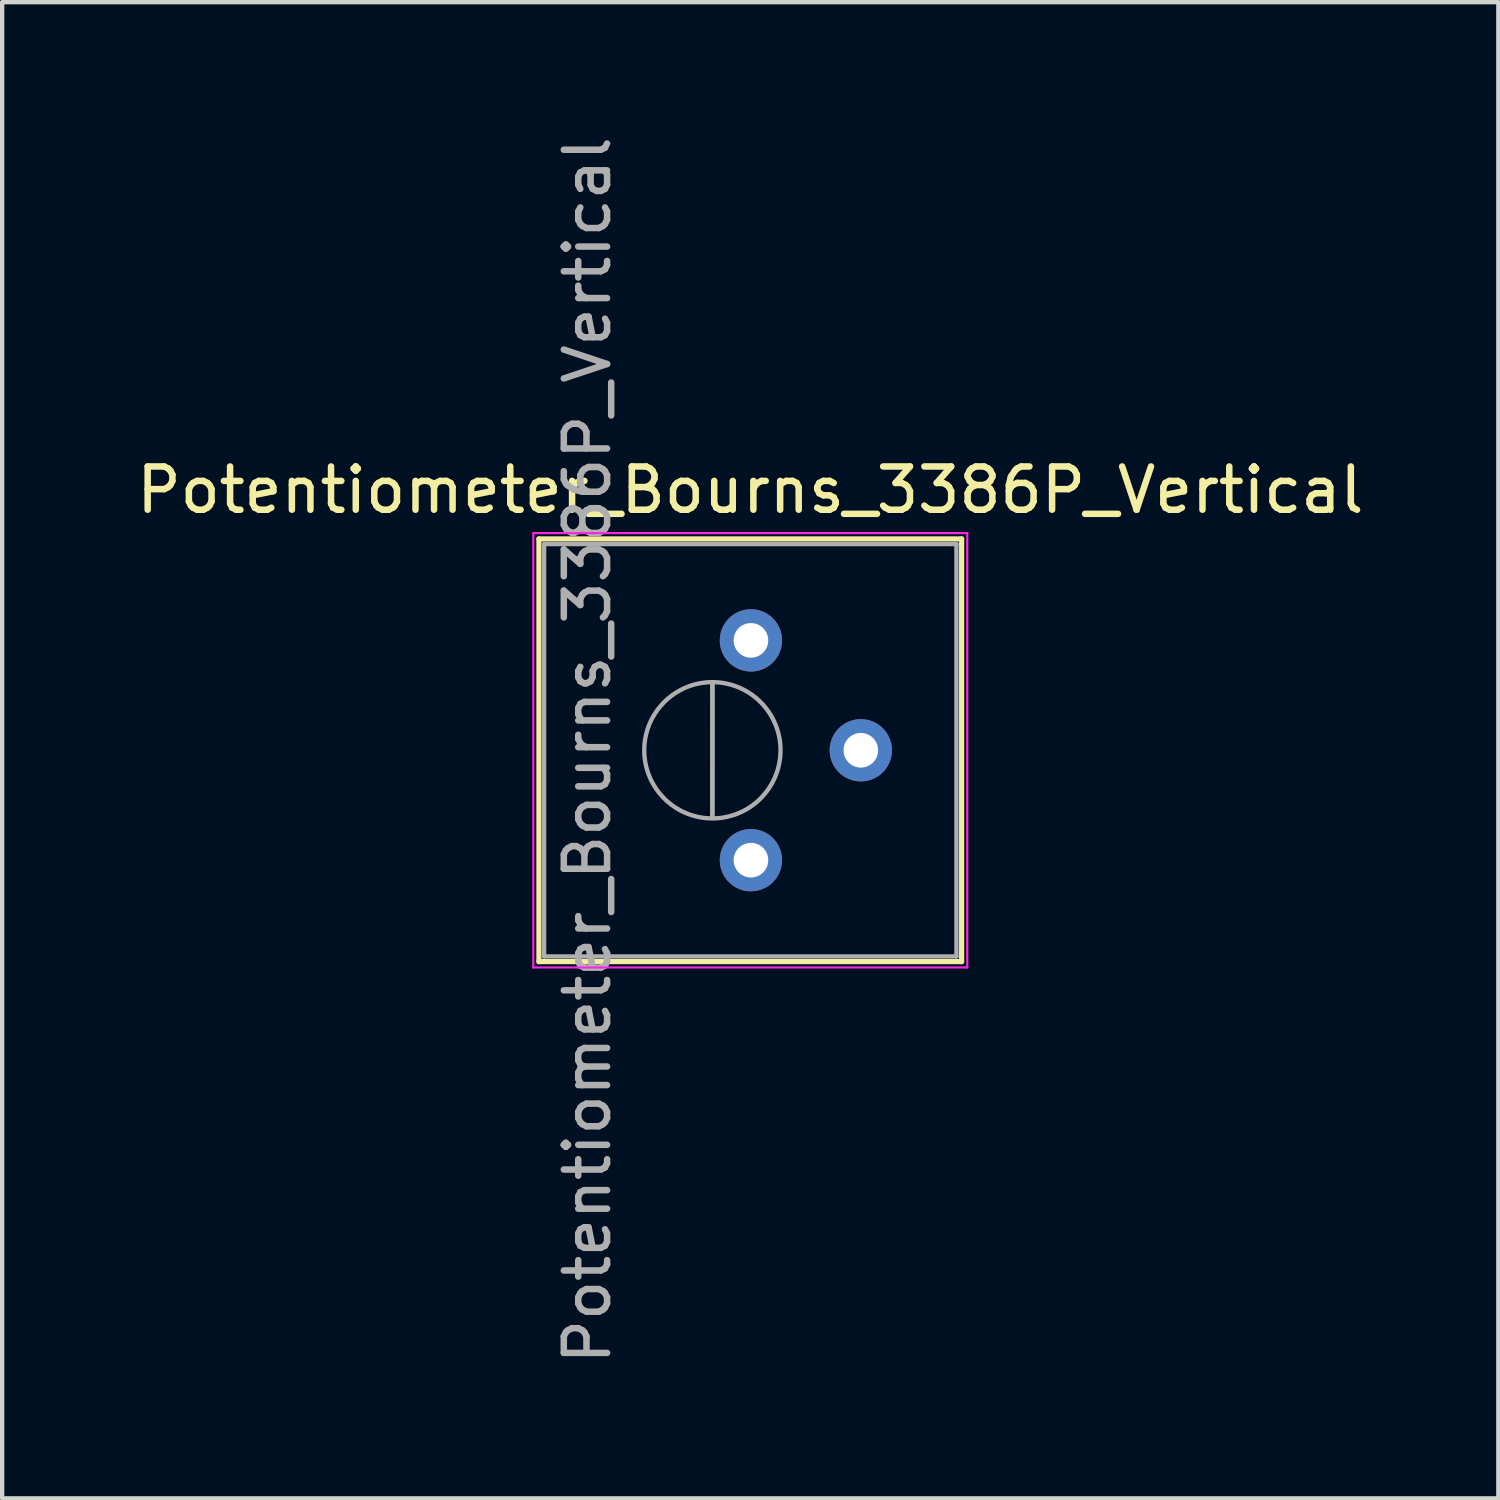
<source format=kicad_pcb>
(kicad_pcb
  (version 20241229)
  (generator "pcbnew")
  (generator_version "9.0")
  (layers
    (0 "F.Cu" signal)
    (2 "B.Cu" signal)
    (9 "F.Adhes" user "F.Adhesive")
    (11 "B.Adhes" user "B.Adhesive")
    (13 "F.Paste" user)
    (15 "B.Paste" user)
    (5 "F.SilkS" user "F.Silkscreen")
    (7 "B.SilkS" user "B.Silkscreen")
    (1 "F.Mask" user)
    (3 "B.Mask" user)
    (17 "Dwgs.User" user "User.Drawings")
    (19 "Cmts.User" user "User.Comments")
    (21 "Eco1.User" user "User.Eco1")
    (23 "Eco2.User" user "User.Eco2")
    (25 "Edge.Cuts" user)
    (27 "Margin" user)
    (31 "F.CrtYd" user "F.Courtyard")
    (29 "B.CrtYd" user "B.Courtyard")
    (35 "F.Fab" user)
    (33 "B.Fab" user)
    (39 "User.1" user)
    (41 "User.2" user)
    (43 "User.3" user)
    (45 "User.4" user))
  (footprint "Potentiometer_Bourns_3386P_Vertical"
    (layer "F.Cu")
    (at 14.307 16.832)
    (property "Reference" "Potentiometer_Bourns_3386P_Vertical" (at -0.015 -8.555 0) (layer "F.SilkS") (effects (font (size 1 1) (thickness 0.15))))
    (attr through_hole)
    (fp_line (start -4.9 -7.425) (end -4.9 2.345) (stroke (width 0.12) (type solid)) (layer "F.SilkS"))
    (fp_line (start -4.9 -7.425) (end 4.87 -7.425) (stroke (width 0.12) (type solid)) (layer "F.SilkS"))
    (fp_line (start -4.9 2.345) (end 4.87 2.345) (stroke (width 0.12) (type solid)) (layer "F.SilkS"))
    (fp_line (start 4.87 -7.425) (end 4.87 2.345) (stroke (width 0.12) (type solid)) (layer "F.SilkS"))
    (fp_line (start -5.03 -7.56) (end -5.03 2.48) (stroke (width 0.05) (type solid)) (layer "F.CrtYd"))
    (fp_line (start -5.03 2.48) (end 5 2.48) (stroke (width 0.05) (type solid)) (layer "F.CrtYd"))
    (fp_line (start 5 -7.56) (end -5.03 -7.56) (stroke (width 0.05) (type solid)) (layer "F.CrtYd"))
    (fp_line (start 5 2.48) (end 5 -7.56) (stroke (width 0.05) (type solid)) (layer "F.CrtYd"))
    (fp_line (start -4.78 -7.305) (end -4.78 2.225) (stroke (width 0.1) (type solid)) (layer "F.Fab"))
    (fp_line (start -4.78 2.225) (end 4.75 2.225) (stroke (width 0.1) (type solid)) (layer "F.Fab"))
    (fp_line (start -0.891 -0.98) (end -0.89 -4.099) (stroke (width 0.1) (type solid)) (layer "F.Fab"))
    (fp_line (start -0.891 -0.98) (end -0.89 -4.099) (stroke (width 0.1) (type solid)) (layer "F.Fab"))
    (fp_line (start 4.75 -7.305) (end -4.78 -7.305) (stroke (width 0.1) (type solid)) (layer "F.Fab"))
    (fp_line (start 4.75 2.225) (end 4.75 -7.305) (stroke (width 0.1) (type solid)) (layer "F.Fab"))
    (fp_circle (center -0.891 -2.54) (end 0.684 -2.54) (stroke (width 0.1) (type solid)) (fill no) (layer "F.Fab"))
    (fp_text user "${REFERENCE}" (at -3.78 -2.54 90) (layer "F.Fab") (effects (font (size 1 1) (thickness 0.15))))
    (pad "1" thru_hole circle (at 0 0) (size 1.44 1.44) (drill 0.8) (layers "*.Cu" "*.Mask"))
    (pad "2" thru_hole circle (at 2.54 -2.54) (size 1.44 1.44) (drill 0.8) (layers "*.Cu" "*.Mask"))
    (pad "3" thru_hole circle (at 0 -5.08) (size 1.44 1.44) (drill 0.8) (layers "*.Cu" "*.Mask")))
  (gr_rect
    (start -3 -3)
    (end 31.583 31.583)
    (stroke (width 0.1) (type default))
    (fill no)
    (layer "Edge.Cuts")))
</source>
